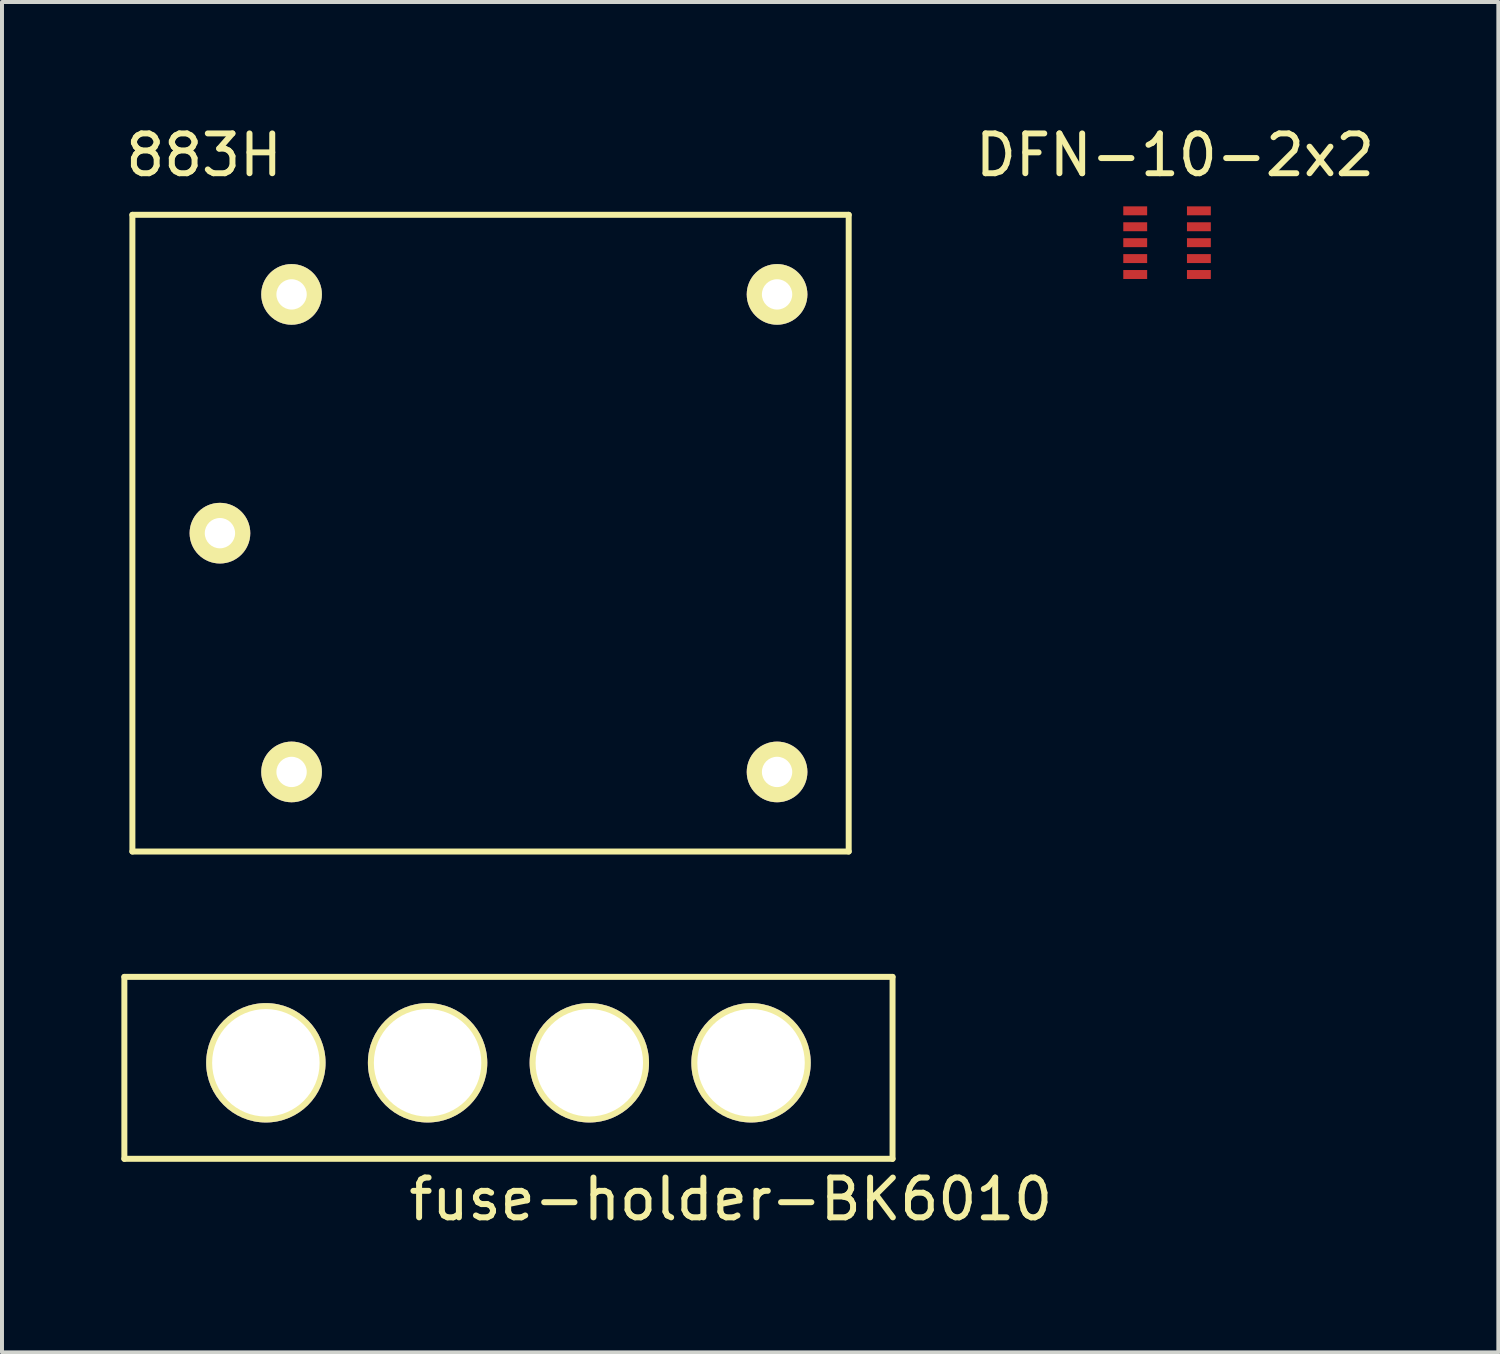
<source format=kicad_pcb>
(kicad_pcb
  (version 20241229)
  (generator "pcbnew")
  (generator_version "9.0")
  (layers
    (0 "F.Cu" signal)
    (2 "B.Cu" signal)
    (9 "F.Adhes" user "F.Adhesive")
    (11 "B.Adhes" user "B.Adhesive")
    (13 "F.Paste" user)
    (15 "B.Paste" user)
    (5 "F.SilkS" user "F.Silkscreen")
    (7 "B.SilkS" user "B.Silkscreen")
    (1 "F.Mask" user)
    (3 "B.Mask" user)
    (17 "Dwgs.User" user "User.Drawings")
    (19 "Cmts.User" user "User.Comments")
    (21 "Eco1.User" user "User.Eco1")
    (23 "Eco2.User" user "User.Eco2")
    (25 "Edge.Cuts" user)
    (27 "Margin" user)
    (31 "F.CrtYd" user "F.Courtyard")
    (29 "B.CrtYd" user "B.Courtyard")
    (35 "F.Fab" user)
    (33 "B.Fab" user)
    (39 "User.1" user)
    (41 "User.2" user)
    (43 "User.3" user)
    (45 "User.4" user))
  (footprint "fuse-holder-BK6010"
    (layer "F.Cu")
    (at 3.631 23.657)
    (property "Reference" "fuse-holder-BK6010" (at 11.684 3.429 0) (layer "F.SilkS") (effects (font (size 1 1) (thickness 0.15))))
    (attr through_hole)
    (fp_line (start -3.556 -2.159) (end -3.556 2.413) (stroke (width 0.15) (type solid)) (layer "F.SilkS"))
    (fp_line (start -3.556 2.413) (end 15.748 2.413) (stroke (width 0.15) (type solid)) (layer "F.SilkS"))
    (fp_line (start 15.748 -2.159) (end -3.556 -2.159) (stroke (width 0.15) (type solid)) (layer "F.SilkS"))
    (fp_line (start 15.748 2.413) (end 15.748 -2.159) (stroke (width 0.15) (type solid)) (layer "F.SilkS"))
    (pad "1" thru_hole circle (at 0 0) (size 3 3) (drill 2.7) (layers "*.Cu" "*.Mask" "F.SilkS"))
    (pad "1" thru_hole circle (at 4.064 0) (size 3 3) (drill 2.7) (layers "*.Cu" "*.Mask" "F.SilkS"))
    (pad "2" thru_hole circle (at 8.128 0) (size 3 3) (drill 2.7) (layers "*.Cu" "*.Mask" "F.SilkS"))
    (pad "2" thru_hole circle (at 12.192 0) (size 3 3) (drill 2.7) (layers "*.Cu" "*.Mask" "F.SilkS")))
  (footprint "DFN-10-2x2"
    (layer "F.Cu")
    (at 25.077 2.048)
    (property "Reference" "DFN-10-2x2" (at 1.4 -1.2 0) (layer "F.SilkS") (effects (font (size 1 1) (thickness 0.15))))
    (attr through_hole)
    (fp_line (start 0 0) (end 0 2) (stroke (width 0.15) (type solid)) (layer "F.Mask"))
    (fp_line (start 0 0.4) (end 0.8 0.4) (stroke (width 0.15) (type solid)) (layer "F.Mask"))
    (fp_line (start 0 0.8) (end 0.8 0.8) (stroke (width 0.15) (type solid)) (layer "F.Mask"))
    (fp_line (start 0 1.6) (end 0.8 1.6) (stroke (width 0.15) (type solid)) (layer "F.Mask"))
    (fp_line (start 0 2) (end 0.8 2) (stroke (width 0.15) (type solid)) (layer "F.Mask"))
    (fp_line (start 0.8 0) (end 0 0) (stroke (width 0.15) (type solid)) (layer "F.Mask"))
    (fp_line (start 0.8 1.2) (end 0 1.2) (stroke (width 0.15) (type solid)) (layer "F.Mask"))
    (fp_line (start 0.8 2) (end 0.8 0) (stroke (width 0.15) (type solid)) (layer "F.Mask"))
    (fp_line (start 1.6 0) (end 2.4 0) (stroke (width 0.15) (type solid)) (layer "F.Mask"))
    (fp_line (start 1.6 0.4) (end 2.4 0.4) (stroke (width 0.15) (type solid)) (layer "F.Mask"))
    (fp_line (start 1.6 1.2) (end 2.4 1.2) (stroke (width 0.15) (type solid)) (layer "F.Mask"))
    (fp_line (start 1.6 2) (end 1.6 0) (stroke (width 0.15) (type solid)) (layer "F.Mask"))
    (fp_line (start 2.4 0) (end 2.4 2) (stroke (width 0.15) (type solid)) (layer "F.Mask"))
    (fp_line (start 2.4 0.8) (end 1.6 0.8) (stroke (width 0.15) (type solid)) (layer "F.Mask"))
    (fp_line (start 2.4 1.6) (end 1.6 1.6) (stroke (width 0.15) (type solid)) (layer "F.Mask"))
    (fp_line (start 2.4 2) (end 1.6 2) (stroke (width 0.15) (type solid)) (layer "F.Mask"))
    (pad "1" smd rect (at 0.4 0.2) (size 0.6 0.225) (layers "F.Cu" "F.Paste"))
    (pad "2" smd rect (at 0.4 0.6) (size 0.6 0.225) (layers "F.Cu" "F.Paste"))
    (pad "3" smd rect (at 0.4 1) (size 0.6 0.225) (layers "F.Cu" "F.Paste"))
    (pad "4" smd rect (at 0.4 1.4) (size 0.6 0.225) (layers "F.Cu" "F.Paste"))
    (pad "5" smd rect (at 0.4 1.8) (size 0.6 0.225) (layers "F.Cu" "F.Paste"))
    (pad "6" smd rect (at 2 1.8) (size 0.6 0.225) (layers "F.Cu" "F.Paste"))
    (pad "7" smd rect (at 2 1.4) (size 0.6 0.225) (layers "F.Cu" "F.Paste"))
    (pad "8" smd rect (at 2 1) (size 0.6 0.225) (layers "F.Cu" "F.Paste"))
    (pad "9" smd rect (at 2 0.6) (size 0.6 0.225) (layers "F.Cu" "F.Paste"))
    (pad "10" smd rect (at 2 0.2) (size 0.6 0.225) (layers "F.Cu" "F.Paste")))
  (footprint "883H"
    (layer "F.Cu")
    (at 4.277 4.348)
    (property "Reference" "883H" (at -2.2 -3.5 0) (layer "F.SilkS") (effects (font (size 1 1) (thickness 0.15))))
    (attr through_hole)
    (fp_line (start -4 -2) (end 14 -2) (stroke (width 0.15) (type solid)) (layer "F.SilkS"))
    (fp_line (start -4 14) (end -4 -2) (stroke (width 0.15) (type solid)) (layer "F.SilkS"))
    (fp_line (start 14 -2) (end 14 14) (stroke (width 0.15) (type solid)) (layer "F.SilkS"))
    (fp_line (start 14 14) (end -4 14) (stroke (width 0.15) (type solid)) (layer "F.SilkS"))
    (pad "11" thru_hole circle (at -1.8 6) (size 1.524 1.524) (drill 0.762) (layers "*.Cu" "*.Mask" "F.SilkS"))
    (pad "12" thru_hole circle (at 12.2 12) (size 1.524 1.524) (drill 0.762) (layers "*.Cu" "*.Mask" "F.SilkS"))
    (pad "14" thru_hole circle (at 12.2 0) (size 1.524 1.524) (drill 0.762) (layers "*.Cu" "*.Mask" "F.SilkS"))
    (pad "A1" thru_hole circle (at 0 0) (size 1.524 1.524) (drill 0.762) (layers "*.Cu" "*.Mask" "F.SilkS"))
    (pad "A2" thru_hole circle (at 0 12) (size 1.524 1.524) (drill 0.762) (layers "*.Cu" "*.Mask" "F.SilkS")))
  (gr_rect
    (start -3 -3)
    (end 34.602 30.934)
    (stroke (width 0.1) (type default))
    (fill no)
    (layer "Edge.Cuts")))
</source>
